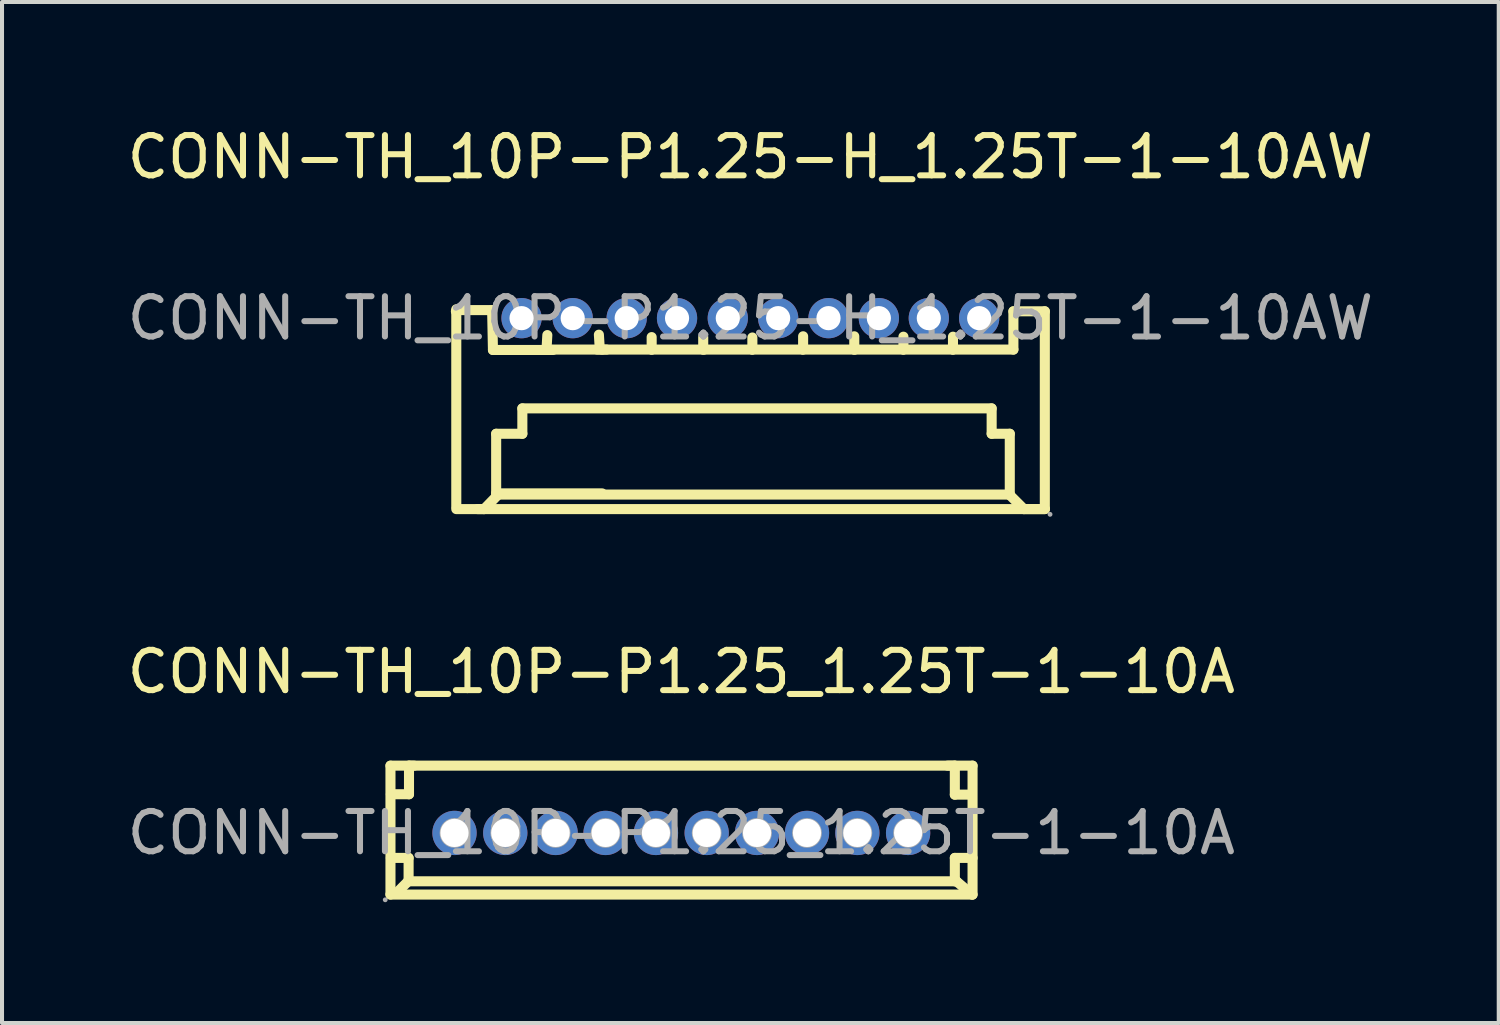
<source format=kicad_pcb>
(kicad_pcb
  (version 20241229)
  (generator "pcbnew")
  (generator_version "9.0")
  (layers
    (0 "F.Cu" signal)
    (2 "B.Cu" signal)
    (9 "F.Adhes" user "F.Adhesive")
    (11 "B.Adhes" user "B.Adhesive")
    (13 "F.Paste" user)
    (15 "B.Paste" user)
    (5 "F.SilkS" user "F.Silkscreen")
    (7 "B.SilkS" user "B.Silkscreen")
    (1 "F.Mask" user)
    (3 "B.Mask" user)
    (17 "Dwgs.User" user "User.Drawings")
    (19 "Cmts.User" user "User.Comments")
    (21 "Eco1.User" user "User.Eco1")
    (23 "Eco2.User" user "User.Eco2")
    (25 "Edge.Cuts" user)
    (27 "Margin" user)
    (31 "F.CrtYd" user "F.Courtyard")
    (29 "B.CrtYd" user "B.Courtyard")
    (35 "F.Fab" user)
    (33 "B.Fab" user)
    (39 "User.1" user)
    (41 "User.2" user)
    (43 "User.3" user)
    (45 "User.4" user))
  (footprint "CONN-TH_10P-P1.25-H_1.25T-1-10AW"
    (layer "F.Cu")
    (at 15.577 4.848)
    (property "Reference" "CONN-TH_10P-P1.25-H_1.25T-1-10AW" (at 0 -4 0) (layer "F.SilkS") (effects (font (size 1 1) (thickness 0.15))))
    (attr through_hole)
    (fp_line (start -7.3 4.68) (end -7.3 -0.22) (stroke (width 0.25) (type solid)) (layer "F.SilkS"))
    (fp_line (start -7.28 -0.2) (end -7.31 -0.17) (stroke (width 0.25) (type solid)) (layer "F.SilkS"))
    (fp_line (start -6.61 4.74) (end -7.3 4.74) (stroke (width 0.25) (type solid)) (layer "F.SilkS"))
    (fp_line (start -6.41 -0.2) (end -7.28 -0.2) (stroke (width 0.25) (type solid)) (layer "F.SilkS"))
    (fp_line (start -6.39 0.79) (end -6.41 -0.2) (stroke (width 0.25) (type solid)) (layer "F.SilkS"))
    (fp_line (start -6.31 2.87) (end -6.31 4.35) (stroke (width 0.25) (type solid)) (layer "F.SilkS"))
    (fp_line (start -6.31 4.35) (end -3.68 4.35) (stroke (width 0.25) (type solid)) (layer "F.SilkS"))
    (fp_line (start -6.26 4.38) (end -6.61 4.74) (stroke (width 0.25) (type solid)) (layer "F.SilkS"))
    (fp_line (start -5.66 2.24) (end -5.66 2.87) (stroke (width 0.25) (type solid)) (layer "F.SilkS"))
    (fp_line (start -5.66 2.87) (end -6.31 2.87) (stroke (width 0.25) (type solid)) (layer "F.SilkS"))
    (fp_line (start -5.04 0.42) (end -5.06 0.77) (stroke (width 0.25) (type solid)) (layer "F.SilkS"))
    (fp_line (start -4.9 0.79) (end -6.39 0.79) (stroke (width 0.25) (type solid)) (layer "F.SilkS"))
    (fp_line (start -3.76 0.41) (end -3.74 0.73) (stroke (width 0.25) (type solid)) (layer "F.SilkS"))
    (fp_line (start -3.68 0.78) (end -3.8 0.78) (stroke (width 0.25) (type solid)) (layer "F.SilkS"))
    (fp_line (start -3.57 0.78) (end -4.92 0.78) (stroke (width 0.25) (type solid)) (layer "F.SilkS"))
    (fp_line (start -2.45 0.78) (end -3.68 0.78) (stroke (width 0.25) (type solid)) (layer "F.SilkS"))
    (fp_line (start -2.45 0.78) (end -2.45 0.47) (stroke (width 0.25) (type solid)) (layer "F.SilkS"))
    (fp_line (start -1.17 0.78) (end -1.17 0.47) (stroke (width 0.25) (type solid)) (layer "F.SilkS"))
    (fp_line (start -1.15 0.78) (end -2.45 0.78) (stroke (width 0.25) (type solid)) (layer "F.SilkS"))
    (fp_line (start 0.04 0.78) (end -1.17 0.78) (stroke (width 0.25) (type solid)) (layer "F.SilkS"))
    (fp_line (start 0.05 0.78) (end 0.05 0.48) (stroke (width 0.25) (type solid)) (layer "F.SilkS"))
    (fp_line (start 1.28 0.78) (end 0.05 0.78) (stroke (width 0.25) (type solid)) (layer "F.SilkS"))
    (fp_line (start 1.31 0.78) (end 1.31 0.45) (stroke (width 0.25) (type solid)) (layer "F.SilkS"))
    (fp_line (start 2.58 0.78) (end 2.58 0.45) (stroke (width 0.25) (type solid)) (layer "F.SilkS"))
    (fp_line (start 2.59 0.78) (end 1.31 0.78) (stroke (width 0.25) (type solid)) (layer "F.SilkS"))
    (fp_line (start 3.79 0.78) (end 2.58 0.78) (stroke (width 0.25) (type solid)) (layer "F.SilkS"))
    (fp_line (start 3.8 0.78) (end 3.8 0.46) (stroke (width 0.25) (type solid)) (layer "F.SilkS"))
    (fp_line (start 5.02 0.78) (end 3.8 0.78) (stroke (width 0.25) (type solid)) (layer "F.SilkS"))
    (fp_line (start 5.03 0.78) (end 5.03 0.46) (stroke (width 0.25) (type solid)) (layer "F.SilkS"))
    (fp_line (start 5.99 2.24) (end -5.66 2.24) (stroke (width 0.25) (type solid)) (layer "F.SilkS"))
    (fp_line (start 5.99 2.87) (end 5.99 2.24) (stroke (width 0.25) (type solid)) (layer "F.SilkS"))
    (fp_line (start 6.43 4.38) (end -6.26 4.38) (stroke (width 0.25) (type solid)) (layer "F.SilkS"))
    (fp_line (start 6.43 4.38) (end 6.43 4.35) (stroke (width 0.25) (type solid)) (layer "F.SilkS"))
    (fp_line (start 6.44 2.87) (end 5.99 2.87) (stroke (width 0.25) (type solid)) (layer "F.SilkS"))
    (fp_line (start 6.44 4.34) (end 6.44 2.87) (stroke (width 0.25) (type solid)) (layer "F.SilkS"))
    (fp_line (start 6.53 -0.17) (end 6.53 0.78) (stroke (width 0.25) (type solid)) (layer "F.SilkS"))
    (fp_line (start 6.53 0.78) (end 5.03 0.78) (stroke (width 0.25) (type solid)) (layer "F.SilkS"))
    (fp_line (start 6.79 4.74) (end 6.43 4.38) (stroke (width 0.25) (type solid)) (layer "F.SilkS"))
    (fp_line (start 7.31 -0.17) (end 6.53 -0.17) (stroke (width 0.25) (type solid)) (layer "F.SilkS"))
    (fp_line (start 7.31 4.73) (end 7.31 -0.17) (stroke (width 0.25) (type solid)) (layer "F.SilkS"))
    (fp_line (start 7.31 4.74) (end -6.77 4.74) (stroke (width 0.25) (type solid)) (layer "F.SilkS"))
    (fp_line (start 7.31 4.74) (end 6.79 4.74) (stroke (width 0.25) (type solid)) (layer "F.SilkS"))
    (fp_circle (center -5.68 0) (end -5.58 0) (stroke (width 0.2) (type solid)) (fill no) (layer "F.Fab"))
    (fp_circle (center -4.41 0) (end -4.31 0) (stroke (width 0.2) (type solid)) (fill no) (layer "F.Fab"))
    (fp_circle (center -3.07 0) (end -2.97 0) (stroke (width 0.2) (type solid)) (fill no) (layer "F.Fab"))
    (fp_circle (center -1.82 0) (end -1.72 0) (stroke (width 0.2) (type solid)) (fill no) (layer "F.Fab"))
    (fp_circle (center -0.56 0) (end -0.46 0) (stroke (width 0.2) (type solid)) (fill no) (layer "F.Fab"))
    (fp_circle (center 0.69 0) (end 0.79 0) (stroke (width 0.2) (type solid)) (fill no) (layer "F.Fab"))
    (fp_circle (center 1.94 0) (end 2.04 0) (stroke (width 0.2) (type solid)) (fill no) (layer "F.Fab"))
    (fp_circle (center 3.19 0) (end 3.29 0) (stroke (width 0.2) (type solid)) (fill no) (layer "F.Fab"))
    (fp_circle (center 4.43 0) (end 4.53 0) (stroke (width 0.2) (type solid)) (fill no) (layer "F.Fab"))
    (fp_circle (center 5.68 0) (end 5.78 0) (stroke (width 0.2) (type solid)) (fill no) (layer "F.Fab"))
    (fp_circle (center 7.44 4.87) (end 7.47 4.87) (stroke (width 0.06) (type solid)) (fill no) (layer "F.Fab"))
    (fp_text user "${REFERENCE}" (at 0 0 0) (layer "F.Fab") (effects (font (size 1 1) (thickness 0.15))))
    (pad "1" thru_hole circle (at 5.68 0 180) (size 1 1) (drill 0.6) (layers "*.Cu" "*.Paste" "*.Mask"))
    (pad "2" thru_hole circle (at 4.43 0 180) (size 1 1) (drill 0.6) (layers "*.Cu" "*.Paste" "*.Mask"))
    (pad "3" thru_hole circle (at 3.19 0 180) (size 1 1) (drill 0.6) (layers "*.Cu" "*.Paste" "*.Mask"))
    (pad "4" thru_hole circle (at 1.94 0 180) (size 1 1) (drill 0.6) (layers "*.Cu" "*.Paste" "*.Mask"))
    (pad "5" thru_hole circle (at 0.69 0 180) (size 1 1) (drill 0.6) (layers "*.Cu" "*.Paste" "*.Mask"))
    (pad "6" thru_hole circle (at -0.56 0 180) (size 1 1) (drill 0.6) (layers "*.Cu" "*.Paste" "*.Mask"))
    (pad "7" thru_hole circle (at -1.82 0 180) (size 1 1) (drill 0.6) (layers "*.Cu" "*.Paste" "*.Mask"))
    (pad "8" thru_hole circle (at -3.07 0 180) (size 1 1) (drill 0.6) (layers "*.Cu" "*.Paste" "*.Mask"))
    (pad "9" thru_hole circle (at -4.41 0 180) (size 1 1) (drill 0.6) (layers "*.Cu" "*.Paste" "*.Mask"))
    (pad "10" thru_hole circle (at -5.68 0 180) (size 1 1) (drill 0.6) (layers "*.Cu" "*.Paste" "*.Mask")))
  (footprint "CONN-TH_10P-P1.25_1.25T-1-10A"
    (layer "F.Cu")
    (at 13.863 17.627)
    (property "Reference" "CONN-TH_10P-P1.25_1.25T-1-10A" (at 0 -4 0) (layer "F.SilkS") (effects (font (size 1 1) (thickness 0.15))))
    (attr through_hole)
    (fp_line (start -7.22 -1.67) (end -7.22 1.53) (stroke (width 0.25) (type solid)) (layer "F.SilkS"))
    (fp_line (start -7.22 -1.67) (end 7.23 -1.67) (stroke (width 0.25) (type solid)) (layer "F.SilkS"))
    (fp_line (start -7.22 1.53) (end 7.23 1.53) (stroke (width 0.25) (type solid)) (layer "F.SilkS"))
    (fp_line (start -7.21 -0.96) (end -6.76 -0.96) (stroke (width 0.25) (type solid)) (layer "F.SilkS"))
    (fp_line (start -7.21 1.51) (end -7.09 1.51) (stroke (width 0.25) (type solid)) (layer "F.SilkS"))
    (fp_line (start -7.09 1.51) (end -6.78 1.2) (stroke (width 0.25) (type solid)) (layer "F.SilkS"))
    (fp_line (start -6.78 1.2) (end 6.83 1.2) (stroke (width 0.25) (type solid)) (layer "F.SilkS"))
    (fp_line (start -6.77 0.62) (end -7.21 0.62) (stroke (width 0.25) (type solid)) (layer "F.SilkS"))
    (fp_line (start -6.77 1.2) (end -6.77 0.62) (stroke (width 0.25) (type solid)) (layer "F.SilkS"))
    (fp_line (start -6.76 -1.67) (end -6.63 -1.67) (stroke (width 0.25) (type solid)) (layer "F.SilkS"))
    (fp_line (start -6.76 -0.96) (end -6.76 -1.67) (stroke (width 0.25) (type solid)) (layer "F.SilkS"))
    (fp_line (start 6.79 -1.67) (end 6.61 -1.67) (stroke (width 0.25) (type solid)) (layer "F.SilkS"))
    (fp_line (start 6.79 -0.95) (end 6.79 -1.67) (stroke (width 0.25) (type solid)) (layer "F.SilkS"))
    (fp_line (start 6.79 0.62) (end 7.23 0.62) (stroke (width 0.25) (type solid)) (layer "F.SilkS"))
    (fp_line (start 6.79 1.2) (end 6.79 0.62) (stroke (width 0.25) (type solid)) (layer "F.SilkS"))
    (fp_line (start 6.83 1.2) (end 7.22 1.53) (stroke (width 0.25) (type solid)) (layer "F.SilkS"))
    (fp_line (start 7.21 -0.95) (end 6.79 -0.95) (stroke (width 0.25) (type solid)) (layer "F.SilkS"))
    (fp_line (start 7.23 -1.67) (end 7.23 1.53) (stroke (width 0.25) (type solid)) (layer "F.SilkS"))
    (fp_circle (center -7.35 1.66) (end -7.32 1.66) (stroke (width 0.06) (type solid)) (fill no) (layer "F.Fab"))
    (fp_circle (center -5.63 0) (end -5.51 0) (stroke (width 0.25) (type solid)) (fill no) (layer "F.Fab"))
    (fp_circle (center -4.37 0) (end -4.25 0) (stroke (width 0.25) (type solid)) (fill no) (layer "F.Fab"))
    (fp_circle (center -3.12 0) (end -3 0) (stroke (width 0.25) (type solid)) (fill no) (layer "F.Fab"))
    (fp_circle (center -1.88 0) (end -1.76 0) (stroke (width 0.25) (type solid)) (fill no) (layer "F.Fab"))
    (fp_circle (center -0.63 0) (end -0.51 0) (stroke (width 0.25) (type solid)) (fill no) (layer "F.Fab"))
    (fp_circle (center 0.63 0) (end 0.75 0) (stroke (width 0.25) (type solid)) (fill no) (layer "F.Fab"))
    (fp_circle (center 1.88 0) (end 2 0) (stroke (width 0.25) (type solid)) (fill no) (layer "F.Fab"))
    (fp_circle (center 3.12 0) (end 3.24 0) (stroke (width 0.25) (type solid)) (fill no) (layer "F.Fab"))
    (fp_circle (center 4.37 0) (end 4.49 0) (stroke (width 0.25) (type solid)) (fill no) (layer "F.Fab"))
    (fp_circle (center 5.63 0) (end 5.75 0) (stroke (width 0.25) (type solid)) (fill no) (layer "F.Fab"))
    (fp_text user "${REFERENCE}" (at 0 0 0) (layer "F.Fab") (effects (font (size 1 1) (thickness 0.15))))
    (pad "1" thru_hole circle (at -5.63 0) (size 1.1 1.1) (drill 0.7) (layers "*.Cu" "*.Paste" "*.Mask"))
    (pad "2" thru_hole circle (at -4.37 0) (size 1.1 1.1) (drill 0.7) (layers "*.Cu" "*.Paste" "*.Mask"))
    (pad "3" thru_hole circle (at -3.12 0) (size 1.1 1.1) (drill 0.7) (layers "*.Cu" "*.Paste" "*.Mask"))
    (pad "4" thru_hole circle (at -1.88 0) (size 1.1 1.1) (drill 0.7) (layers "*.Cu" "*.Paste" "*.Mask"))
    (pad "5" thru_hole circle (at -0.63 0) (size 1.1 1.1) (drill 0.7) (layers "*.Cu" "*.Paste" "*.Mask"))
    (pad "6" thru_hole circle (at 0.63 0) (size 1.1 1.1) (drill 0.7) (layers "*.Cu" "*.Paste" "*.Mask"))
    (pad "7" thru_hole circle (at 1.88 0) (size 1.1 1.1) (drill 0.7) (layers "*.Cu" "*.Paste" "*.Mask"))
    (pad "8" thru_hole circle (at 3.12 0) (size 1.1 1.1) (drill 0.7) (layers "*.Cu" "*.Paste" "*.Mask"))
    (pad "9" thru_hole circle (at 4.37 0) (size 1.1 1.1) (drill 0.7) (layers "*.Cu" "*.Paste" "*.Mask"))
    (pad "10" thru_hole circle (at 5.63 0) (size 1.1 1.1) (drill 0.7) (layers "*.Cu" "*.Paste" "*.Mask")))
  (gr_rect
    (start -3 -3)
    (end 34.155 22.346)
    (stroke (width 0.1) (type default))
    (fill no)
    (layer "Edge.Cuts")))
</source>
